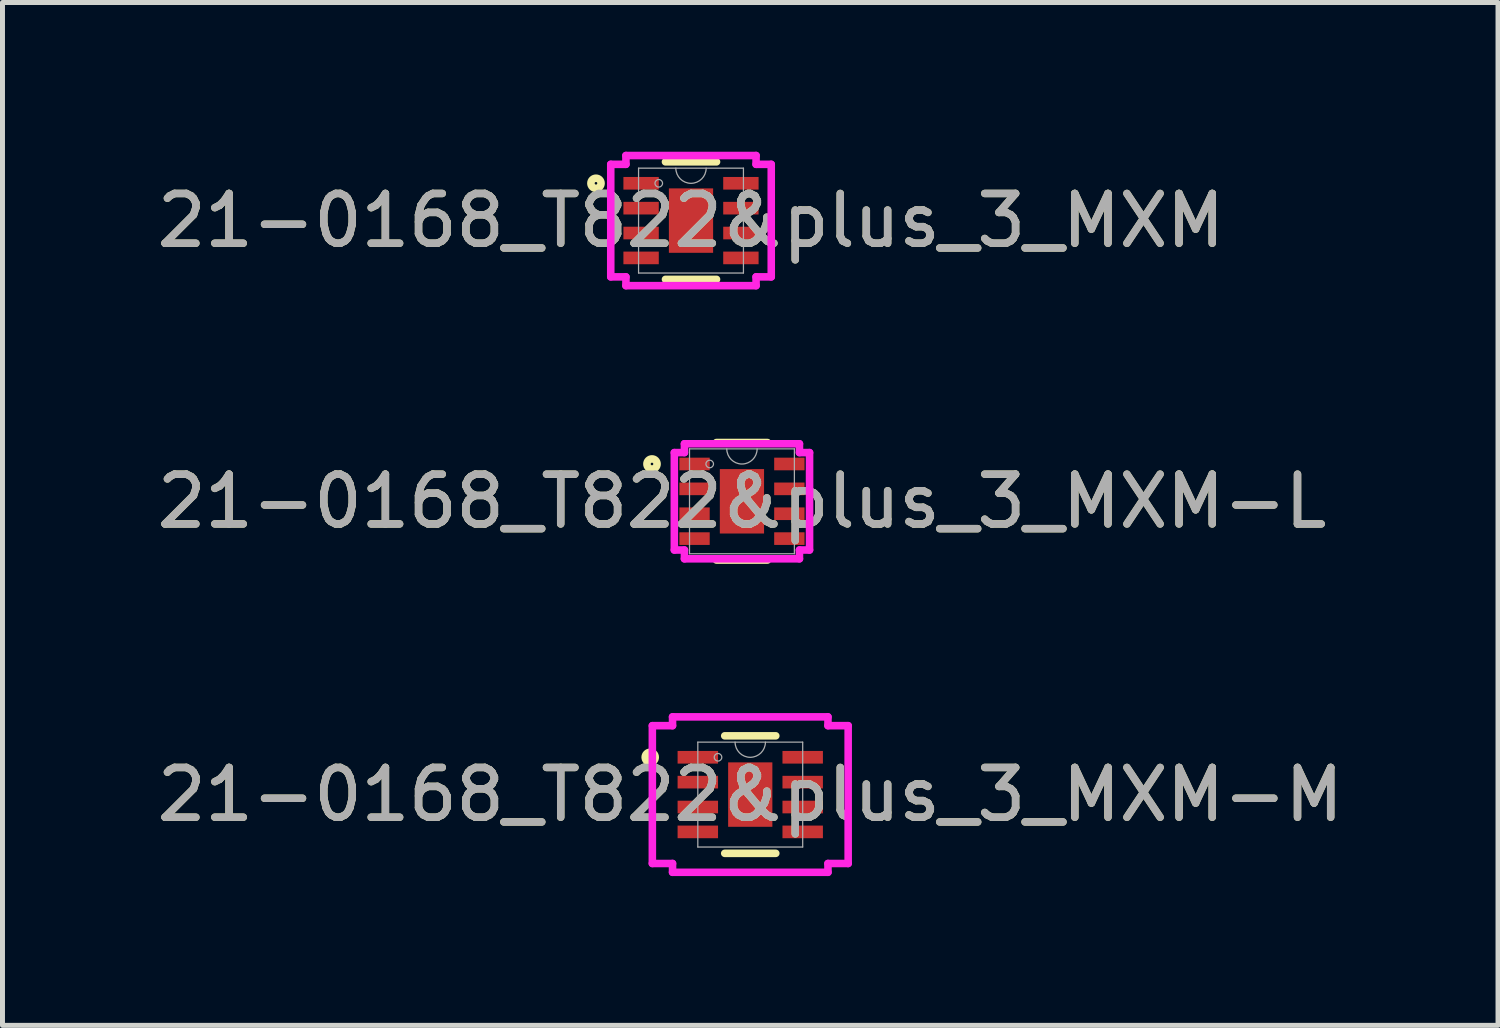
<source format=kicad_pcb>
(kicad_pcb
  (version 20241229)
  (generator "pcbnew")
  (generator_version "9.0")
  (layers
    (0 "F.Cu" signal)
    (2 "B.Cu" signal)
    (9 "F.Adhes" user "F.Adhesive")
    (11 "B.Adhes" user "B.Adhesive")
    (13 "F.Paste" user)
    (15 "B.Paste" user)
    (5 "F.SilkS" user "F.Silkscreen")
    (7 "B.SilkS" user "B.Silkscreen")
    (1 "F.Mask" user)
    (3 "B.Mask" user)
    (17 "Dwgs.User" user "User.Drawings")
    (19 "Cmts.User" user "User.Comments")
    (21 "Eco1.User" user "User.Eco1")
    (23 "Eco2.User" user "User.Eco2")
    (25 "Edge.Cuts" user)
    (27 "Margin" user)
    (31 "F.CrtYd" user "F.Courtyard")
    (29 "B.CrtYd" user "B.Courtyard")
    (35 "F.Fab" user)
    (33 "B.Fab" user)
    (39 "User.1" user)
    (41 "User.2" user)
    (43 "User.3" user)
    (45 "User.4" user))
  (footprint "21-0168_T822&plus_3_MXM-M"
    (layer "F.Cu")
    (at 12.03 12.921)
    (property "Reference" "21-0168_T822&plus_3_MXM-M" (at 0 0 0) (unlocked yes) (layer "F.SilkS") (effects (font (size 1 1) (thickness 0.15))))
    (attr smd)
    (fp_line (start -0.513 1.181) (end 0.513 1.181) (stroke (width 0.152) (type solid)) (layer "F.SilkS"))
    (fp_line (start 0.513 -1.181) (end -0.513 -1.181) (stroke (width 0.152) (type solid)) (layer "F.SilkS"))
    (fp_circle (center -2.011 -0.75) (end -1.91 -0.75) (stroke (width 0.152) (type solid)) (fill no) (layer "F.SilkS"))
    (fp_line (start -1.968 -1.385) (end -1.562 -1.385) (stroke (width 0.152) (type solid)) (layer "F.CrtYd"))
    (fp_line (start -1.968 1.385) (end -1.968 -1.385) (stroke (width 0.152) (type solid)) (layer "F.CrtYd"))
    (fp_line (start -1.968 1.385) (end -1.562 1.385) (stroke (width 0.152) (type solid)) (layer "F.CrtYd"))
    (fp_line (start -1.562 -1.562) (end 1.562 -1.562) (stroke (width 0.152) (type solid)) (layer "F.CrtYd"))
    (fp_line (start -1.562 -1.385) (end -1.562 -1.562) (stroke (width 0.152) (type solid)) (layer "F.CrtYd"))
    (fp_line (start -1.562 1.562) (end -1.562 1.385) (stroke (width 0.152) (type solid)) (layer "F.CrtYd"))
    (fp_line (start 1.562 -1.562) (end 1.562 -1.385) (stroke (width 0.152) (type solid)) (layer "F.CrtYd"))
    (fp_line (start 1.562 1.385) (end 1.562 1.562) (stroke (width 0.152) (type solid)) (layer "F.CrtYd"))
    (fp_line (start 1.562 1.562) (end -1.562 1.562) (stroke (width 0.152) (type solid)) (layer "F.CrtYd"))
    (fp_line (start 1.968 -1.385) (end 1.562 -1.385) (stroke (width 0.152) (type solid)) (layer "F.CrtYd"))
    (fp_line (start 1.968 -1.385) (end 1.968 1.385) (stroke (width 0.152) (type solid)) (layer "F.CrtYd"))
    (fp_line (start 1.968 1.385) (end 1.562 1.385) (stroke (width 0.152) (type solid)) (layer "F.CrtYd"))
    (fp_line (start -1.054 -1.054) (end -1.054 1.054) (stroke (width 0.025) (type solid)) (layer "F.Fab"))
    (fp_line (start -1.054 1.054) (end 1.054 1.054) (stroke (width 0.025) (type solid)) (layer "F.Fab"))
    (fp_line (start 1.054 -1.054) (end -1.054 -1.054) (stroke (width 0.025) (type solid)) (layer "F.Fab"))
    (fp_line (start 1.054 1.054) (end 1.054 -1.054) (stroke (width 0.025) (type solid)) (layer "F.Fab"))
    (fp_arc (start 0.3048 -1.0541) (mid 0 -0.7493) (end -0.3048 -1.0541) (stroke (width 0.0254) (type solid)) (layer "F.Fab"))
    (fp_circle (center -0.648 -0.75) (end -0.572 -0.75) (stroke (width 0.025) (type solid)) (fill no) (layer "F.Fab"))
    (fp_text user "${REFERENCE}" (at 0 0 0) (unlocked yes) (layer "F.Fab") (effects (font (size 1 1) (thickness 0.15))))
    (pad "1" smd rect (at -1.054 -0.75) (size 0.813 0.254) (layers "F.Cu" "F.Mask" "F.Paste"))
    (pad "2" smd rect (at -1.054 -0.25) (size 0.813 0.254) (layers "F.Cu" "F.Mask" "F.Paste"))
    (pad "3" smd rect (at -1.054 0.25) (size 0.813 0.254) (layers "F.Cu" "F.Mask" "F.Paste"))
    (pad "4" smd rect (at -1.054 0.75) (size 0.813 0.254) (layers "F.Cu" "F.Mask" "F.Paste"))
    (pad "5" smd rect (at 1.054 0.75) (size 0.813 0.254) (layers "F.Cu" "F.Mask" "F.Paste"))
    (pad "6" smd rect (at 1.054 0.25) (size 0.813 0.254) (layers "F.Cu" "F.Mask" "F.Paste"))
    (pad "7" smd rect (at 1.054 -0.25) (size 0.813 0.254) (layers "F.Cu" "F.Mask" "F.Paste"))
    (pad "8" smd rect (at 1.054 -0.75) (size 0.813 0.254) (layers "F.Cu" "F.Mask" "F.Paste"))
    (pad "9" smd rect (at 0 0) (size 0.889 1.295) (layers "F.Cu" "F.Mask" "F.Paste")))
  (footprint "21-0168_T822&plus_3_MXM"
    (layer "F.Cu")
    (at 10.839 1.384)
    (property "Reference" "21-0168_T822&plus_3_MXM" (at 0 0 0) (unlocked yes) (layer "F.SilkS") (effects (font (size 1 1) (thickness 0.15))))
    (attr smd)
    (fp_line (start -0.513 1.181) (end 0.513 1.181) (stroke (width 0.152) (type solid)) (layer "F.SilkS"))
    (fp_line (start 0.513 -1.181) (end -0.513 -1.181) (stroke (width 0.152) (type solid)) (layer "F.SilkS"))
    (fp_circle (center -1.91 -0.75) (end -1.808 -0.75) (stroke (width 0.152) (type solid)) (fill no) (layer "F.SilkS"))
    (fp_line (start -1.613 -1.131) (end -1.308 -1.131) (stroke (width 0.152) (type solid)) (layer "F.CrtYd"))
    (fp_line (start -1.613 1.131) (end -1.613 -1.131) (stroke (width 0.152) (type solid)) (layer "F.CrtYd"))
    (fp_line (start -1.613 1.131) (end -1.308 1.131) (stroke (width 0.152) (type solid)) (layer "F.CrtYd"))
    (fp_line (start -1.308 -1.308) (end 1.308 -1.308) (stroke (width 0.152) (type solid)) (layer "F.CrtYd"))
    (fp_line (start -1.308 -1.131) (end -1.308 -1.308) (stroke (width 0.152) (type solid)) (layer "F.CrtYd"))
    (fp_line (start -1.308 1.308) (end -1.308 1.131) (stroke (width 0.152) (type solid)) (layer "F.CrtYd"))
    (fp_line (start 1.308 -1.308) (end 1.308 -1.131) (stroke (width 0.152) (type solid)) (layer "F.CrtYd"))
    (fp_line (start 1.308 1.131) (end 1.308 1.308) (stroke (width 0.152) (type solid)) (layer "F.CrtYd"))
    (fp_line (start 1.308 1.308) (end -1.308 1.308) (stroke (width 0.152) (type solid)) (layer "F.CrtYd"))
    (fp_line (start 1.613 -1.131) (end 1.308 -1.131) (stroke (width 0.152) (type solid)) (layer "F.CrtYd"))
    (fp_line (start 1.613 -1.131) (end 1.613 1.131) (stroke (width 0.152) (type solid)) (layer "F.CrtYd"))
    (fp_line (start 1.613 1.131) (end 1.308 1.131) (stroke (width 0.152) (type solid)) (layer "F.CrtYd"))
    (fp_line (start -1.054 -1.054) (end -1.054 1.054) (stroke (width 0.025) (type solid)) (layer "F.Fab"))
    (fp_line (start -1.054 1.054) (end 1.054 1.054) (stroke (width 0.025) (type solid)) (layer "F.Fab"))
    (fp_line (start 1.054 -1.054) (end -1.054 -1.054) (stroke (width 0.025) (type solid)) (layer "F.Fab"))
    (fp_line (start 1.054 1.054) (end 1.054 -1.054) (stroke (width 0.025) (type solid)) (layer "F.Fab"))
    (fp_arc (start 0.3048 -1.0541) (mid 0 -0.7493) (end -0.3048 -1.0541) (stroke (width 0.0254) (type solid)) (layer "F.Fab"))
    (fp_circle (center -0.648 -0.75) (end -0.572 -0.75) (stroke (width 0.025) (type solid)) (fill no) (layer "F.Fab"))
    (fp_text user "${REFERENCE}" (at 0 0 0) (unlocked yes) (layer "F.Fab") (effects (font (size 1 1) (thickness 0.15))))
    (pad "1" smd rect (at -1.003 -0.75) (size 0.711 0.254) (layers "F.Cu" "F.Mask" "F.Paste"))
    (pad "2" smd rect (at -1.003 -0.25) (size 0.711 0.254) (layers "F.Cu" "F.Mask" "F.Paste"))
    (pad "3" smd rect (at -1.003 0.25) (size 0.711 0.254) (layers "F.Cu" "F.Mask" "F.Paste"))
    (pad "4" smd rect (at -1.003 0.75) (size 0.711 0.254) (layers "F.Cu" "F.Mask" "F.Paste"))
    (pad "5" smd rect (at 1.003 0.75) (size 0.711 0.254) (layers "F.Cu" "F.Mask" "F.Paste"))
    (pad "6" smd rect (at 1.003 0.25) (size 0.711 0.254) (layers "F.Cu" "F.Mask" "F.Paste"))
    (pad "7" smd rect (at 1.003 -0.25) (size 0.711 0.254) (layers "F.Cu" "F.Mask" "F.Paste"))
    (pad "8" smd rect (at 1.003 -0.75) (size 0.711 0.254) (layers "F.Cu" "F.Mask" "F.Paste"))
    (pad "9" smd rect (at 0 0) (size 0.889 1.295) (layers "F.Cu" "F.Mask" "F.Paste")))
  (footprint "21-0168_T822&plus_3_MXM-L"
    (layer "F.Cu")
    (at 11.863 7.026)
    (property "Reference" "21-0168_T822&plus_3_MXM-L" (at 0 0 0) (unlocked yes) (layer "F.SilkS") (effects (font (size 1 1) (thickness 0.15))))
    (attr smd)
    (fp_line (start -0.513 1.181) (end 0.513 1.181) (stroke (width 0.152) (type solid)) (layer "F.SilkS"))
    (fp_line (start 0.513 -1.181) (end -0.513 -1.181) (stroke (width 0.152) (type solid)) (layer "F.SilkS"))
    (fp_circle (center -1.808 -0.75) (end -1.706 -0.75) (stroke (width 0.152) (type solid)) (fill no) (layer "F.SilkS"))
    (fp_line (start -1.359 -0.979) (end -1.156 -0.979) (stroke (width 0.152) (type solid)) (layer "F.CrtYd"))
    (fp_line (start -1.359 0.979) (end -1.359 -0.979) (stroke (width 0.152) (type solid)) (layer "F.CrtYd"))
    (fp_line (start -1.359 0.979) (end -1.156 0.979) (stroke (width 0.152) (type solid)) (layer "F.CrtYd"))
    (fp_line (start -1.156 -1.156) (end 1.156 -1.156) (stroke (width 0.152) (type solid)) (layer "F.CrtYd"))
    (fp_line (start -1.156 -0.979) (end -1.156 -1.156) (stroke (width 0.152) (type solid)) (layer "F.CrtYd"))
    (fp_line (start -1.156 1.156) (end -1.156 0.979) (stroke (width 0.152) (type solid)) (layer "F.CrtYd"))
    (fp_line (start 1.156 -1.156) (end 1.156 -0.979) (stroke (width 0.152) (type solid)) (layer "F.CrtYd"))
    (fp_line (start 1.156 0.979) (end 1.156 1.156) (stroke (width 0.152) (type solid)) (layer "F.CrtYd"))
    (fp_line (start 1.156 1.156) (end -1.156 1.156) (stroke (width 0.152) (type solid)) (layer "F.CrtYd"))
    (fp_line (start 1.359 -0.979) (end 1.156 -0.979) (stroke (width 0.152) (type solid)) (layer "F.CrtYd"))
    (fp_line (start 1.359 -0.979) (end 1.359 0.979) (stroke (width 0.152) (type solid)) (layer "F.CrtYd"))
    (fp_line (start 1.359 0.979) (end 1.156 0.979) (stroke (width 0.152) (type solid)) (layer "F.CrtYd"))
    (fp_line (start -1.054 -1.054) (end -1.054 1.054) (stroke (width 0.025) (type solid)) (layer "F.Fab"))
    (fp_line (start -1.054 1.054) (end 1.054 1.054) (stroke (width 0.025) (type solid)) (layer "F.Fab"))
    (fp_line (start 1.054 -1.054) (end -1.054 -1.054) (stroke (width 0.025) (type solid)) (layer "F.Fab"))
    (fp_line (start 1.054 1.054) (end 1.054 -1.054) (stroke (width 0.025) (type solid)) (layer "F.Fab"))
    (fp_arc (start 0.3048 -1.0541) (mid 0 -0.7493) (end -0.3048 -1.0541) (stroke (width 0.0254) (type solid)) (layer "F.Fab"))
    (fp_circle (center -0.648 -0.75) (end -0.572 -0.75) (stroke (width 0.025) (type solid)) (fill no) (layer "F.Fab"))
    (fp_text user "${REFERENCE}" (at 0 0 0) (unlocked yes) (layer "F.Fab") (effects (font (size 1 1) (thickness 0.15))))
    (pad "1" smd rect (at -0.953 -0.75) (size 0.61 0.254) (layers "F.Cu" "F.Mask" "F.Paste"))
    (pad "2" smd rect (at -0.953 -0.25) (size 0.61 0.254) (layers "F.Cu" "F.Mask" "F.Paste"))
    (pad "3" smd rect (at -0.953 0.25) (size 0.61 0.254) (layers "F.Cu" "F.Mask" "F.Paste"))
    (pad "4" smd rect (at -0.953 0.75) (size 0.61 0.254) (layers "F.Cu" "F.Mask" "F.Paste"))
    (pad "5" smd rect (at 0.953 0.75) (size 0.61 0.254) (layers "F.Cu" "F.Mask" "F.Paste"))
    (pad "6" smd rect (at 0.953 0.25) (size 0.61 0.254) (layers "F.Cu" "F.Mask" "F.Paste"))
    (pad "7" smd rect (at 0.953 -0.25) (size 0.61 0.254) (layers "F.Cu" "F.Mask" "F.Paste"))
    (pad "8" smd rect (at 0.953 -0.75) (size 0.61 0.254) (layers "F.Cu" "F.Mask" "F.Paste"))
    (pad "9" smd rect (at 0 0) (size 0.889 1.295) (layers "F.Cu" "F.Mask" "F.Paste")))
  (gr_rect
    (start -3 -3)
    (end 27.06 17.56)
    (stroke (width 0.1) (type default))
    (fill no)
    (layer "Edge.Cuts")))
</source>
